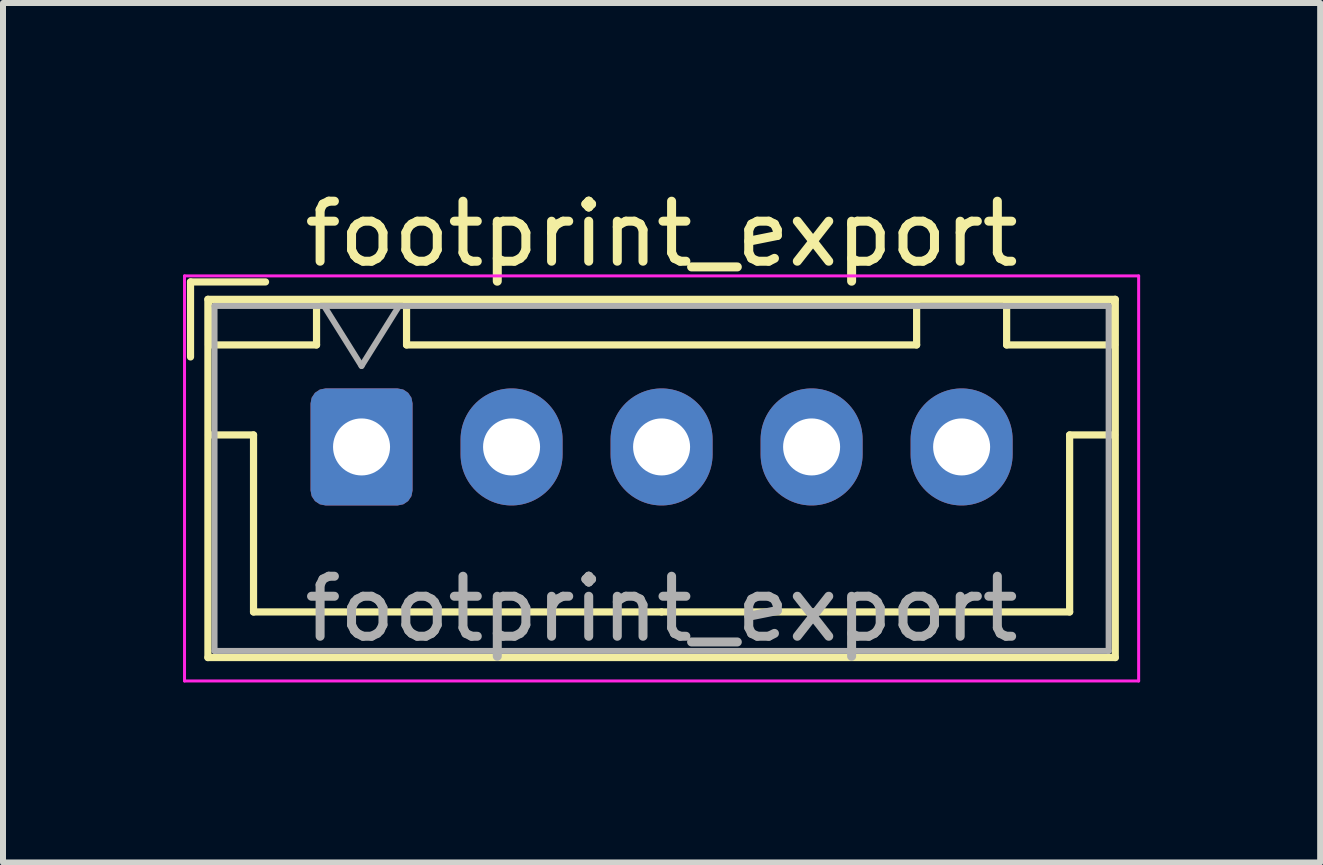
<source format=kicad_pcb>
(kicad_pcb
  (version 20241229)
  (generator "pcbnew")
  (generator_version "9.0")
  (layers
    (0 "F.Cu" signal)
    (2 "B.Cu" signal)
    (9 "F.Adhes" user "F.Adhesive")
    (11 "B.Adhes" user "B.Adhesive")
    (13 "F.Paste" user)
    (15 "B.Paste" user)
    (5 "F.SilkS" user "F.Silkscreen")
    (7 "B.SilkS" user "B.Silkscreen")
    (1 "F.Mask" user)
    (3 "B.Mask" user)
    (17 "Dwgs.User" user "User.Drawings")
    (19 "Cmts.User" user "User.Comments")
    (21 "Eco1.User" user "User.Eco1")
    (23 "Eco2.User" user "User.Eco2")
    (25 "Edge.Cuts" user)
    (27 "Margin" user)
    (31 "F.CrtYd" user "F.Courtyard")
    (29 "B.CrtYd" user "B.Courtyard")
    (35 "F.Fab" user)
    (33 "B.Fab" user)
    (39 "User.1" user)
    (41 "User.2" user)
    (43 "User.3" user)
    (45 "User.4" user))
  (footprint "footprint_export"
    (layer "F.Cu")
    (at 2.975 4.398)
    (property "Reference" "footprint_export" (at 5 -3.55 0) (layer "F.SilkS") (effects (font (size 1 1) (thickness 0.15))))
    (attr through_hole)
    (fp_line (start -2.85 -2.75) (end -2.85 -1.5) (stroke (width 0.12) (type solid)) (layer "F.SilkS"))
    (fp_line (start -2.56 -2.46) (end -2.56 3.51) (stroke (width 0.12) (type solid)) (layer "F.SilkS"))
    (fp_line (start -2.56 3.51) (end 12.56 3.51) (stroke (width 0.12) (type solid)) (layer "F.SilkS"))
    (fp_line (start -2.55 -2.45) (end -2.55 -1.7) (stroke (width 0.12) (type solid)) (layer "F.SilkS"))
    (fp_line (start -2.55 -1.7) (end -0.75 -1.7) (stroke (width 0.12) (type solid)) (layer "F.SilkS"))
    (fp_line (start -2.55 -0.2) (end -1.8 -0.2) (stroke (width 0.12) (type solid)) (layer "F.SilkS"))
    (fp_line (start -1.8 -0.2) (end -1.8 2.75) (stroke (width 0.12) (type solid)) (layer "F.SilkS"))
    (fp_line (start -1.8 2.75) (end 5 2.75) (stroke (width 0.12) (type solid)) (layer "F.SilkS"))
    (fp_line (start -1.6 -2.75) (end -2.85 -2.75) (stroke (width 0.12) (type solid)) (layer "F.SilkS"))
    (fp_line (start -0.75 -2.45) (end -2.55 -2.45) (stroke (width 0.12) (type solid)) (layer "F.SilkS"))
    (fp_line (start -0.75 -1.7) (end -0.75 -2.45) (stroke (width 0.12) (type solid)) (layer "F.SilkS"))
    (fp_line (start 0.75 -2.45) (end 0.75 -1.7) (stroke (width 0.12) (type solid)) (layer "F.SilkS"))
    (fp_line (start 0.75 -1.7) (end 9.25 -1.7) (stroke (width 0.12) (type solid)) (layer "F.SilkS"))
    (fp_line (start 9.25 -2.45) (end 0.75 -2.45) (stroke (width 0.12) (type solid)) (layer "F.SilkS"))
    (fp_line (start 9.25 -1.7) (end 9.25 -2.45) (stroke (width 0.12) (type solid)) (layer "F.SilkS"))
    (fp_line (start 10.75 -2.45) (end 10.75 -1.7) (stroke (width 0.12) (type solid)) (layer "F.SilkS"))
    (fp_line (start 10.75 -1.7) (end 12.55 -1.7) (stroke (width 0.12) (type solid)) (layer "F.SilkS"))
    (fp_line (start 11.8 -0.2) (end 11.8 2.75) (stroke (width 0.12) (type solid)) (layer "F.SilkS"))
    (fp_line (start 11.8 2.75) (end 5 2.75) (stroke (width 0.12) (type solid)) (layer "F.SilkS"))
    (fp_line (start 12.55 -2.45) (end 10.75 -2.45) (stroke (width 0.12) (type solid)) (layer "F.SilkS"))
    (fp_line (start 12.55 -1.7) (end 12.55 -2.45) (stroke (width 0.12) (type solid)) (layer "F.SilkS"))
    (fp_line (start 12.55 -0.2) (end 11.8 -0.2) (stroke (width 0.12) (type solid)) (layer "F.SilkS"))
    (fp_line (start 12.56 -2.46) (end -2.56 -2.46) (stroke (width 0.12) (type solid)) (layer "F.SilkS"))
    (fp_line (start 12.56 3.51) (end 12.56 -2.46) (stroke (width 0.12) (type solid)) (layer "F.SilkS"))
    (fp_line (start -2.95 -2.85) (end -2.95 3.9) (stroke (width 0.05) (type solid)) (layer "F.CrtYd"))
    (fp_line (start -2.95 3.9) (end 12.95 3.9) (stroke (width 0.05) (type solid)) (layer "F.CrtYd"))
    (fp_line (start 12.95 -2.85) (end -2.95 -2.85) (stroke (width 0.05) (type solid)) (layer "F.CrtYd"))
    (fp_line (start 12.95 3.9) (end 12.95 -2.85) (stroke (width 0.05) (type solid)) (layer "F.CrtYd"))
    (fp_line (start -2.45 -2.35) (end -2.45 3.4) (stroke (width 0.1) (type solid)) (layer "F.Fab"))
    (fp_line (start -2.45 3.4) (end 12.45 3.4) (stroke (width 0.1) (type solid)) (layer "F.Fab"))
    (fp_line (start -0.625 -2.35) (end 0 -1.35) (stroke (width 0.1) (type solid)) (layer "F.Fab"))
    (fp_line (start 0 -1.35) (end 0.625 -2.35) (stroke (width 0.1) (type solid)) (layer "F.Fab"))
    (fp_line (start 12.45 -2.35) (end -2.45 -2.35) (stroke (width 0.1) (type solid)) (layer "F.Fab"))
    (fp_line (start 12.45 3.4) (end 12.45 -2.35) (stroke (width 0.1) (type solid)) (layer "F.Fab"))
    (fp_text user "${REFERENCE}" (at 5 2.7 0) (layer "F.Fab") (effects (font (size 1 1) (thickness 0.15))))
    (pad "1" thru_hole roundrect (at 0 0) (size 1.7 1.95) (drill 0.95) (layers "*.Cu" "*.Mask") (roundrect_rratio 0.147))
    (pad "2" thru_hole oval (at 2.5 0) (size 1.7 1.95) (drill 0.95) (layers "*.Cu" "*.Mask"))
    (pad "3" thru_hole oval (at 5 0) (size 1.7 1.95) (drill 0.95) (layers "*.Cu" "*.Mask"))
    (pad "4" thru_hole oval (at 7.5 0) (size 1.7 1.95) (drill 0.95) (layers "*.Cu" "*.Mask"))
    (pad "5" thru_hole oval (at 10 0) (size 1.7 1.95) (drill 0.95) (layers "*.Cu" "*.Mask")))
  (gr_rect
    (start -3 -3)
    (end 18.95 11.323)
    (stroke (width 0.1) (type default))
    (fill no)
    (layer "Edge.Cuts")))
</source>
